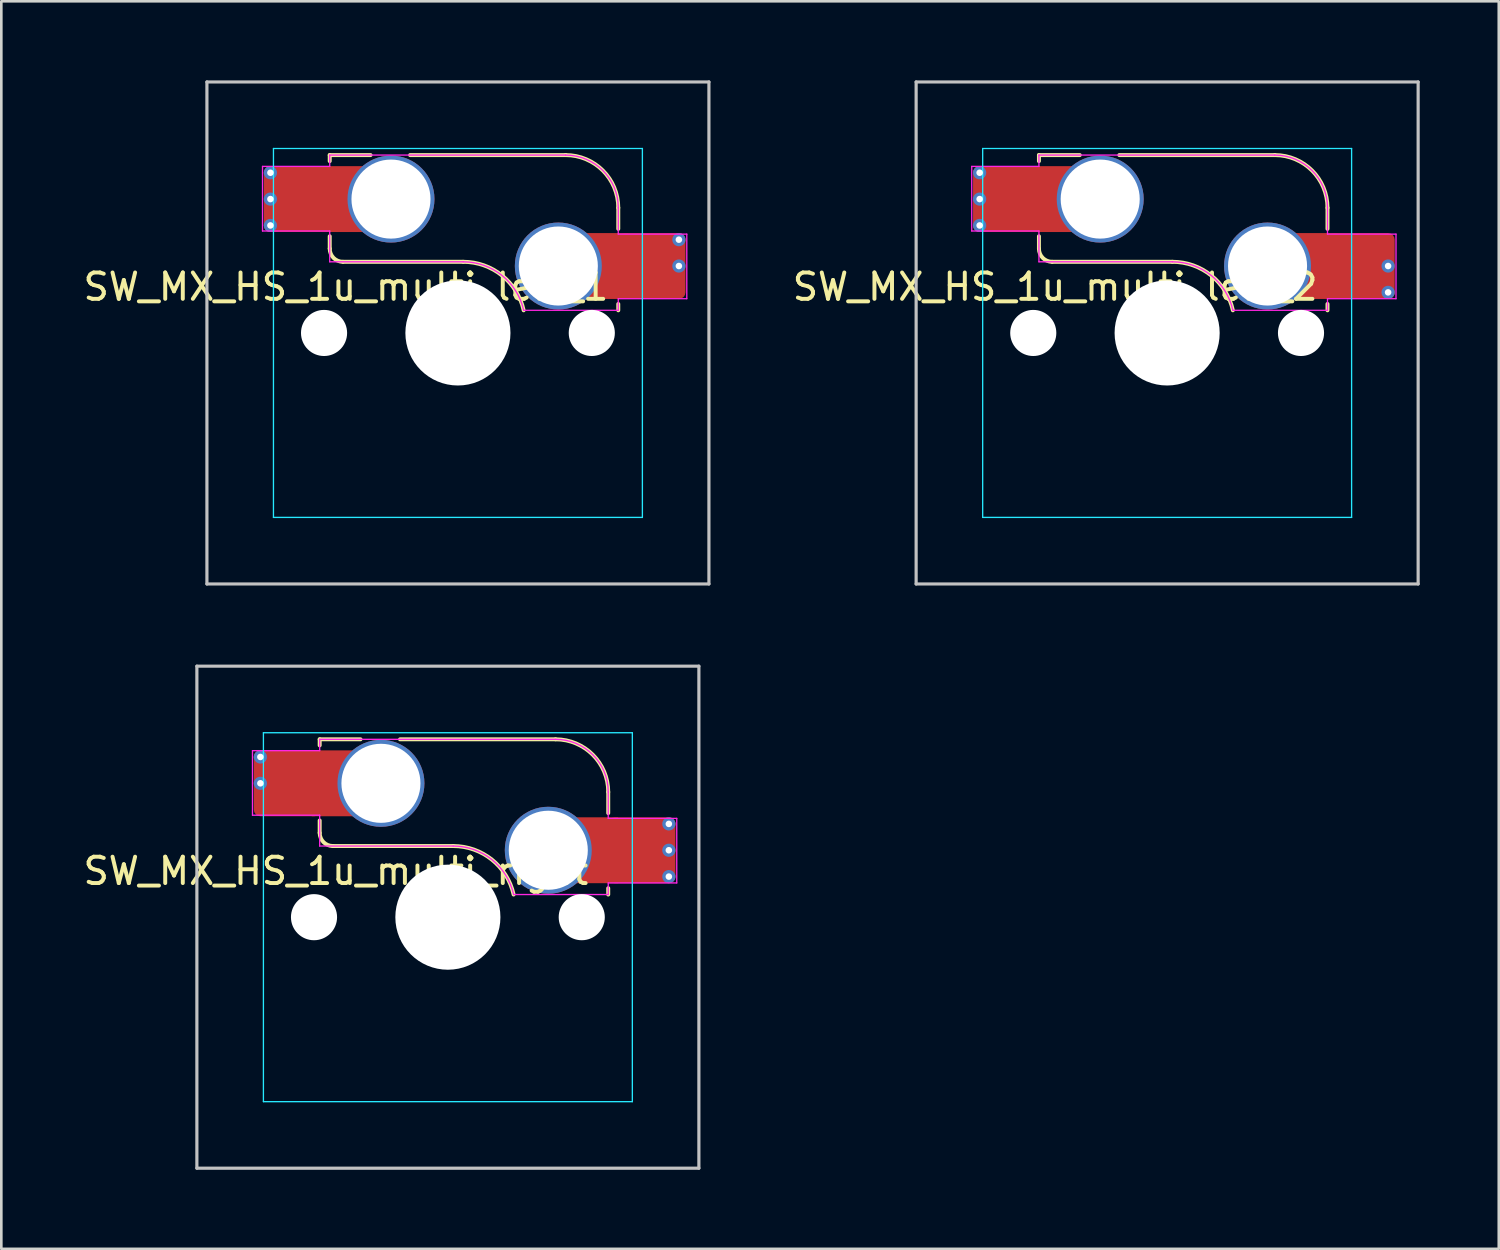
<source format=kicad_pcb>
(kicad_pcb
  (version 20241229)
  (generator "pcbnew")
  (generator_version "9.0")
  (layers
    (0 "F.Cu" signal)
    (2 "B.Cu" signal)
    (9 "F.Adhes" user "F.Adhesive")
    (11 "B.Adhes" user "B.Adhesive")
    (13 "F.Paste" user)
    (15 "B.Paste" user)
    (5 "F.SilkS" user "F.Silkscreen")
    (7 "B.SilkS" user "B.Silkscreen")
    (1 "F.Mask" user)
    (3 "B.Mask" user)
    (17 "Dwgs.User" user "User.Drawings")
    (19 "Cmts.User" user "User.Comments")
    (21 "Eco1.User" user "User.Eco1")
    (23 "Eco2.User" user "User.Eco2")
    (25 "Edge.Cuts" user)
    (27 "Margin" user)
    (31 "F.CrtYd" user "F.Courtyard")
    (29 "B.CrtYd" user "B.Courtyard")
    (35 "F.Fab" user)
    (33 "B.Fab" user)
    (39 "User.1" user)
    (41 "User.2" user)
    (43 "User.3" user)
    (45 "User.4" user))
  (footprint "SW_MX_HS_1u_multi_left_2"
    (layer "F.Cu")
    (at 41.24 9.585)
    (property "Reference" "SW_MX_HS_1u_multi_left_2" (at -4.25 -1.75 0) (layer "F.SilkS") (effects (font (size 1 1) (thickness 0.15))))
    (attr smd)
    (fp_line (start -4.865 -6.75) (end -4.865 -6.52) (stroke (width 0.15) (type solid)) (layer "F.SilkS"))
    (fp_line (start -4.865 -3.67) (end -4.865 -3.2) (stroke (width 0.15) (type solid)) (layer "F.SilkS"))
    (fp_line (start -4.365 -2.7) (end 0.2 -2.7) (stroke (width 0.15) (type solid)) (layer "F.SilkS"))
    (fp_line (start -3.315 -6.75) (end -4.865 -6.75) (stroke (width 0.15) (type solid)) (layer "F.SilkS"))
    (fp_line (start 4.085 -6.75) (end -1.815 -6.75) (stroke (width 0.15) (type solid)) (layer "F.SilkS"))
    (fp_line (start 6.085 -3.95) (end 6.085 -4.75) (stroke (width 0.15) (type solid)) (layer "F.SilkS"))
    (fp_line (start 6.085 -1.1) (end 6.085 -0.86) (stroke (width 0.15) (type solid)) (layer "F.SilkS"))
    (fp_arc (start -4.364824 -2.70022) (mid -4.718377 -2.846667) (end -4.864824 -3.20022) (stroke (width 0.15) (type solid)) (layer "F.SilkS"))
    (fp_arc (start 0.2 -2.70022) (mid 1.670693 -2.183637) (end 2.494322 -0.86022) (stroke (width 0.15) (type solid)) (layer "F.SilkS"))
    (fp_arc (start 4.085176 -6.75022) (mid 5.49939 -6.164434) (end 6.085176 -4.75022) (stroke (width 0.15) (type solid)) (layer "F.SilkS"))
    (fp_line (start -9.525 -9.525) (end 9.525 -9.525) (stroke (width 0.12) (type solid)) (layer "Dwgs.User"))
    (fp_line (start -9.525 9.525) (end -9.525 -9.525) (stroke (width 0.12) (type solid)) (layer "Dwgs.User"))
    (fp_line (start 9.525 -9.525) (end 9.525 9.525) (stroke (width 0.12) (type solid)) (layer "Dwgs.User"))
    (fp_line (start 9.525 9.525) (end -9.525 9.525) (stroke (width 0.12) (type solid)) (layer "Dwgs.User"))
    (fp_line (start -7 -6.5) (end -7 6.5) (stroke (width 0.05) (type solid)) (layer "Eco2.User"))
    (fp_line (start -6.5 7) (end 6.5 7) (stroke (width 0.05) (type solid)) (layer "Eco2.User"))
    (fp_line (start 6.5 -7) (end -6.5 -7) (stroke (width 0.05) (type solid)) (layer "Eco2.User"))
    (fp_line (start 7 6.5) (end 7 -6.5) (stroke (width 0.05) (type solid)) (layer "Eco2.User"))
    (fp_arc (start -7 -6.5) (mid -6.853553 -6.853553) (end -6.5 -7) (stroke (width 0.05) (type solid)) (layer "Eco2.User"))
    (fp_arc (start -6.497236 6.998884) (mid -6.850789 6.852437) (end -6.997236 6.498884) (stroke (width 0.05) (type solid)) (layer "Eco2.User"))
    (fp_arc (start 6.5 -7) (mid 6.853553 -6.853553) (end 7 -6.5) (stroke (width 0.05) (type solid)) (layer "Eco2.User"))
    (fp_arc (start 7 6.5) (mid 6.853553 6.853553) (end 6.5 7) (stroke (width 0.05) (type solid)) (layer "Eco2.User"))
    (fp_line (start -7 -7) (end 7 -7) (stroke (width 0.05) (type solid)) (layer "B.CrtYd"))
    (fp_line (start -7 7) (end -7 -7) (stroke (width 0.05) (type solid)) (layer "B.CrtYd"))
    (fp_line (start 7 -7) (end 7 7) (stroke (width 0.05) (type solid)) (layer "B.CrtYd"))
    (fp_line (start 7 7) (end -7 7) (stroke (width 0.05) (type solid)) (layer "B.CrtYd"))
    (fp_line (start -7.415 -6.32) (end -4.865 -6.32) (stroke (width 0.05) (type solid)) (layer "F.CrtYd"))
    (fp_line (start -7.415 -3.87) (end -7.415 -6.32) (stroke (width 0.05) (type solid)) (layer "F.CrtYd"))
    (fp_line (start -4.865 -6.75) (end -4.865 -6.32) (stroke (width 0.05) (type solid)) (layer "F.CrtYd"))
    (fp_line (start -4.865 -3.87) (end -7.415 -3.87) (stroke (width 0.05) (type solid)) (layer "F.CrtYd"))
    (fp_line (start -4.865 -3.87) (end -4.865 -2.7) (stroke (width 0.05) (type solid)) (layer "F.CrtYd"))
    (fp_line (start -4.865 -2.7) (end 0.2 -2.7) (stroke (width 0.05) (type solid)) (layer "F.CrtYd"))
    (fp_line (start 4.085 -6.75) (end -4.865 -6.75) (stroke (width 0.05) (type solid)) (layer "F.CrtYd"))
    (fp_line (start 6.085 -3.75) (end 6.085 -4.75) (stroke (width 0.05) (type solid)) (layer "F.CrtYd"))
    (fp_line (start 6.085 -3.75) (end 8.685 -3.75) (stroke (width 0.05) (type solid)) (layer "F.CrtYd"))
    (fp_line (start 6.085 -1.3) (end 6.085 -0.86) (stroke (width 0.05) (type solid)) (layer "F.CrtYd"))
    (fp_line (start 6.085 -0.86) (end 2.494 -0.86) (stroke (width 0.05) (type solid)) (layer "F.CrtYd"))
    (fp_line (start 8.685 -3.75) (end 8.685 -1.3) (stroke (width 0.05) (type solid)) (layer "F.CrtYd"))
    (fp_line (start 8.685 -1.3) (end 6.085 -1.3) (stroke (width 0.05) (type solid)) (layer "F.CrtYd"))
    (fp_arc (start 0.2 -2.70022) (mid 1.670503 -2.183399) (end 2.494322 -0.86022) (stroke (width 0.05) (type solid)) (layer "F.CrtYd"))
    (fp_arc (start 4.085176 -6.75022) (mid 5.49939 -6.164434) (end 6.085176 -4.75022) (stroke (width 0.05) (type solid)) (layer "F.CrtYd"))
    (pad "" np_thru_hole circle (at -5.08 0) (size 1.75 1.75) (drill 1.75) (layers "*.Cu" "*.Mask"))
    (pad "" np_thru_hole circle (at 0 0) (size 3.988 3.988) (drill 3.988) (layers "*.Cu" "*.Mask"))
    (pad "" np_thru_hole circle (at 5.08 0) (size 1.75 1.75) (drill 1.75) (layers "*.Cu" "*.Mask"))
    (pad "1" thru_hole circle (at 3.81 -2.54) (size 3.3 3.3) (drill 3) (layers "*.Cu" "*.Mask"))
    (pad "1" smd rect (at 5.635 -2.54 180) (size 1.65 2.5) (layers "F.Cu"))
    (pad "1" smd roundrect (at 7.36 -2.54) (size 2.55 2.5) (layers "F.Cu" "F.Mask" "F.Paste") (roundrect_rratio 0.1))
    (pad "1" thru_hole circle (at 8.385 -2.54) (size 0.5 0.5) (drill 0.25) (layers "*.Cu"))
    (pad "1" thru_hole circle (at 8.385 -1.54) (size 0.5 0.5) (drill 0.25) (layers "*.Cu"))
    (pad "2" thru_hole circle (at -7.115 -6.08) (size 0.5 0.5) (drill 0.25) (layers "*.Cu"))
    (pad "2" thru_hole circle (at -7.115 -5.08) (size 0.5 0.5) (drill 0.25) (layers "*.Cu"))
    (pad "2" thru_hole circle (at -7.115 -4.08) (size 0.5 0.5) (drill 0.25) (layers "*.Cu"))
    (pad "2" smd roundrect (at -6.09 -5.08) (size 2.55 2.5) (layers "F.Cu" "F.Mask" "F.Paste") (roundrect_rratio 0.1))
    (pad "2" smd rect (at -4.34 -5.08) (size 1.65 2.5) (layers "F.Cu"))
    (pad "2" thru_hole circle (at -2.54 -5.08) (size 3.3 3.3) (drill 3) (layers "*.Cu" "*.Mask")))
  (footprint "SW_MX_HS_1u_multi_right"
    (layer "F.Cu")
    (at 13.946 31.755)
    (property "Reference" "SW_MX_HS_1u_multi_right" (at -4.25 -1.75 0) (layer "F.SilkS") (effects (font (size 1 1) (thickness 0.15))))
    (attr smd)
    (fp_line (start -4.865 -6.75) (end -4.865 -6.52) (stroke (width 0.15) (type solid)) (layer "F.SilkS"))
    (fp_line (start -4.865 -3.67) (end -4.865 -3.2) (stroke (width 0.15) (type solid)) (layer "F.SilkS"))
    (fp_line (start -4.365 -2.7) (end 0.2 -2.7) (stroke (width 0.15) (type solid)) (layer "F.SilkS"))
    (fp_line (start -3.315 -6.75) (end -4.865 -6.75) (stroke (width 0.15) (type solid)) (layer "F.SilkS"))
    (fp_line (start 4.085 -6.75) (end -1.815 -6.75) (stroke (width 0.15) (type solid)) (layer "F.SilkS"))
    (fp_line (start 6.085 -3.95) (end 6.085 -4.75) (stroke (width 0.15) (type solid)) (layer "F.SilkS"))
    (fp_line (start 6.085 -1.1) (end 6.085 -0.86) (stroke (width 0.15) (type solid)) (layer "F.SilkS"))
    (fp_arc (start -4.364824 -2.70022) (mid -4.718377 -2.846667) (end -4.864824 -3.20022) (stroke (width 0.15) (type solid)) (layer "F.SilkS"))
    (fp_arc (start 0.2 -2.70022) (mid 1.670693 -2.183637) (end 2.494322 -0.86022) (stroke (width 0.15) (type solid)) (layer "F.SilkS"))
    (fp_arc (start 4.085176 -6.75022) (mid 5.49939 -6.164434) (end 6.085176 -4.75022) (stroke (width 0.15) (type solid)) (layer "F.SilkS"))
    (fp_line (start -9.525 -9.525) (end 9.525 -9.525) (stroke (width 0.12) (type solid)) (layer "Dwgs.User"))
    (fp_line (start -9.525 9.525) (end -9.525 -9.525) (stroke (width 0.12) (type solid)) (layer "Dwgs.User"))
    (fp_line (start 9.525 -9.525) (end 9.525 9.525) (stroke (width 0.12) (type solid)) (layer "Dwgs.User"))
    (fp_line (start 9.525 9.525) (end -9.525 9.525) (stroke (width 0.12) (type solid)) (layer "Dwgs.User"))
    (fp_line (start -7 -6.5) (end -7 6.5) (stroke (width 0.05) (type solid)) (layer "Eco2.User"))
    (fp_line (start -6.5 7) (end 6.5 7) (stroke (width 0.05) (type solid)) (layer "Eco2.User"))
    (fp_line (start 6.5 -7) (end -6.5 -7) (stroke (width 0.05) (type solid)) (layer "Eco2.User"))
    (fp_line (start 7 6.5) (end 7 -6.5) (stroke (width 0.05) (type solid)) (layer "Eco2.User"))
    (fp_arc (start -7 -6.5) (mid -6.853553 -6.853553) (end -6.5 -7) (stroke (width 0.05) (type solid)) (layer "Eco2.User"))
    (fp_arc (start -6.497236 6.998884) (mid -6.850789 6.852437) (end -6.997236 6.498884) (stroke (width 0.05) (type solid)) (layer "Eco2.User"))
    (fp_arc (start 6.5 -7) (mid 6.853553 -6.853553) (end 7 -6.5) (stroke (width 0.05) (type solid)) (layer "Eco2.User"))
    (fp_arc (start 7 6.5) (mid 6.853553 6.853553) (end 6.5 7) (stroke (width 0.05) (type solid)) (layer "Eco2.User"))
    (fp_line (start -7 -7) (end 7 -7) (stroke (width 0.05) (type solid)) (layer "B.CrtYd"))
    (fp_line (start -7 7) (end -7 -7) (stroke (width 0.05) (type solid)) (layer "B.CrtYd"))
    (fp_line (start 7 -7) (end 7 7) (stroke (width 0.05) (type solid)) (layer "B.CrtYd"))
    (fp_line (start 7 7) (end -7 7) (stroke (width 0.05) (type solid)) (layer "B.CrtYd"))
    (fp_line (start -7.415 -6.32) (end -4.865 -6.32) (stroke (width 0.05) (type solid)) (layer "F.CrtYd"))
    (fp_line (start -7.415 -3.87) (end -7.415 -6.32) (stroke (width 0.05) (type solid)) (layer "F.CrtYd"))
    (fp_line (start -4.865 -6.75) (end -4.865 -6.32) (stroke (width 0.05) (type solid)) (layer "F.CrtYd"))
    (fp_line (start -4.865 -3.87) (end -7.415 -3.87) (stroke (width 0.05) (type solid)) (layer "F.CrtYd"))
    (fp_line (start -4.865 -3.87) (end -4.865 -2.7) (stroke (width 0.05) (type solid)) (layer "F.CrtYd"))
    (fp_line (start -4.865 -2.7) (end 0.2 -2.7) (stroke (width 0.05) (type solid)) (layer "F.CrtYd"))
    (fp_line (start 4.085 -6.75) (end -4.865 -6.75) (stroke (width 0.05) (type solid)) (layer "F.CrtYd"))
    (fp_line (start 6.085 -3.75) (end 6.085 -4.75) (stroke (width 0.05) (type solid)) (layer "F.CrtYd"))
    (fp_line (start 6.085 -3.75) (end 8.685 -3.75) (stroke (width 0.05) (type solid)) (layer "F.CrtYd"))
    (fp_line (start 6.085 -1.3) (end 6.085 -0.86) (stroke (width 0.05) (type solid)) (layer "F.CrtYd"))
    (fp_line (start 6.085 -0.86) (end 2.494 -0.86) (stroke (width 0.05) (type solid)) (layer "F.CrtYd"))
    (fp_line (start 8.685 -3.75) (end 8.685 -1.3) (stroke (width 0.05) (type solid)) (layer "F.CrtYd"))
    (fp_line (start 8.685 -1.3) (end 6.085 -1.3) (stroke (width 0.05) (type solid)) (layer "F.CrtYd"))
    (fp_arc (start 0.2 -2.70022) (mid 1.670503 -2.183399) (end 2.494322 -0.86022) (stroke (width 0.05) (type solid)) (layer "F.CrtYd"))
    (fp_arc (start 4.085176 -6.75022) (mid 5.49939 -6.164434) (end 6.085176 -4.75022) (stroke (width 0.05) (type solid)) (layer "F.CrtYd"))
    (pad "" np_thru_hole circle (at -5.08 0) (size 1.75 1.75) (drill 1.75) (layers "*.Cu" "*.Mask"))
    (pad "" np_thru_hole circle (at 0 0) (size 3.988 3.988) (drill 3.988) (layers "*.Cu" "*.Mask"))
    (pad "" np_thru_hole circle (at 5.08 0) (size 1.75 1.75) (drill 1.75) (layers "*.Cu" "*.Mask"))
    (pad "1" thru_hole circle (at 3.81 -2.54) (size 3.3 3.3) (drill 3) (layers "*.Cu" "*.Mask"))
    (pad "1" smd rect (at 5.635 -2.54 180) (size 1.65 2.5) (layers "F.Cu"))
    (pad "1" smd roundrect (at 7.36 -2.54) (size 2.55 2.5) (layers "F.Cu" "F.Mask" "F.Paste") (roundrect_rratio 0.1))
    (pad "1" thru_hole circle (at 8.385 -3.54) (size 0.5 0.5) (drill 0.25) (layers "*.Cu"))
    (pad "1" thru_hole circle (at 8.385 -2.54) (size 0.5 0.5) (drill 0.25) (layers "*.Cu"))
    (pad "1" thru_hole circle (at 8.385 -1.54) (size 0.5 0.5) (drill 0.25) (layers "*.Cu"))
    (pad "2" thru_hole circle (at -7.115 -6.08) (size 0.5 0.5) (drill 0.25) (layers "*.Cu"))
    (pad "2" thru_hole circle (at -7.115 -5.08) (size 0.5 0.5) (drill 0.25) (layers "*.Cu"))
    (pad "2" smd roundrect (at -6.09 -5.08) (size 2.55 2.5) (layers "F.Cu" "F.Mask" "F.Paste") (roundrect_rratio 0.1))
    (pad "2" smd rect (at -4.34 -5.08) (size 1.65 2.5) (layers "F.Cu"))
    (pad "2" thru_hole circle (at -2.54 -5.08) (size 3.3 3.3) (drill 3) (layers "*.Cu" "*.Mask")))
  (footprint "SW_MX_HS_1u_multi_left_1"
    (layer "F.Cu")
    (at 14.327 9.585)
    (property "Reference" "SW_MX_HS_1u_multi_left_1" (at -4.25 -1.75 0) (layer "F.SilkS") (effects (font (size 1 1) (thickness 0.15))))
    (attr smd)
    (fp_line (start -4.865 -6.75) (end -4.865 -6.52) (stroke (width 0.15) (type solid)) (layer "F.SilkS"))
    (fp_line (start -4.865 -3.67) (end -4.865 -3.2) (stroke (width 0.15) (type solid)) (layer "F.SilkS"))
    (fp_line (start -4.365 -2.7) (end 0.2 -2.7) (stroke (width 0.15) (type solid)) (layer "F.SilkS"))
    (fp_line (start -3.315 -6.75) (end -4.865 -6.75) (stroke (width 0.15) (type solid)) (layer "F.SilkS"))
    (fp_line (start 4.085 -6.75) (end -1.815 -6.75) (stroke (width 0.15) (type solid)) (layer "F.SilkS"))
    (fp_line (start 6.085 -3.95) (end 6.085 -4.75) (stroke (width 0.15) (type solid)) (layer "F.SilkS"))
    (fp_line (start 6.085 -1.1) (end 6.085 -0.86) (stroke (width 0.15) (type solid)) (layer "F.SilkS"))
    (fp_arc (start -4.364824 -2.70022) (mid -4.718377 -2.846667) (end -4.864824 -3.20022) (stroke (width 0.15) (type solid)) (layer "F.SilkS"))
    (fp_arc (start 0.2 -2.70022) (mid 1.670693 -2.183637) (end 2.494322 -0.86022) (stroke (width 0.15) (type solid)) (layer "F.SilkS"))
    (fp_arc (start 4.085176 -6.75022) (mid 5.49939 -6.164434) (end 6.085176 -4.75022) (stroke (width 0.15) (type solid)) (layer "F.SilkS"))
    (fp_line (start -9.525 -9.525) (end 9.525 -9.525) (stroke (width 0.12) (type solid)) (layer "Dwgs.User"))
    (fp_line (start -9.525 9.525) (end -9.525 -9.525) (stroke (width 0.12) (type solid)) (layer "Dwgs.User"))
    (fp_line (start 9.525 -9.525) (end 9.525 9.525) (stroke (width 0.12) (type solid)) (layer "Dwgs.User"))
    (fp_line (start 9.525 9.525) (end -9.525 9.525) (stroke (width 0.12) (type solid)) (layer "Dwgs.User"))
    (fp_line (start -7 -6.5) (end -7 6.5) (stroke (width 0.05) (type solid)) (layer "Eco2.User"))
    (fp_line (start -6.5 7) (end 6.5 7) (stroke (width 0.05) (type solid)) (layer "Eco2.User"))
    (fp_line (start 6.5 -7) (end -6.5 -7) (stroke (width 0.05) (type solid)) (layer "Eco2.User"))
    (fp_line (start 7 6.5) (end 7 -6.5) (stroke (width 0.05) (type solid)) (layer "Eco2.User"))
    (fp_arc (start -7 -6.5) (mid -6.853553 -6.853553) (end -6.5 -7) (stroke (width 0.05) (type solid)) (layer "Eco2.User"))
    (fp_arc (start -6.497236 6.998884) (mid -6.850789 6.852437) (end -6.997236 6.498884) (stroke (width 0.05) (type solid)) (layer "Eco2.User"))
    (fp_arc (start 6.5 -7) (mid 6.853553 -6.853553) (end 7 -6.5) (stroke (width 0.05) (type solid)) (layer "Eco2.User"))
    (fp_arc (start 7 6.5) (mid 6.853553 6.853553) (end 6.5 7) (stroke (width 0.05) (type solid)) (layer "Eco2.User"))
    (fp_line (start -7 -7) (end 7 -7) (stroke (width 0.05) (type solid)) (layer "B.CrtYd"))
    (fp_line (start -7 7) (end -7 -7) (stroke (width 0.05) (type solid)) (layer "B.CrtYd"))
    (fp_line (start 7 -7) (end 7 7) (stroke (width 0.05) (type solid)) (layer "B.CrtYd"))
    (fp_line (start 7 7) (end -7 7) (stroke (width 0.05) (type solid)) (layer "B.CrtYd"))
    (fp_line (start -7.415 -6.32) (end -4.865 -6.32) (stroke (width 0.05) (type solid)) (layer "F.CrtYd"))
    (fp_line (start -7.415 -3.87) (end -7.415 -6.32) (stroke (width 0.05) (type solid)) (layer "F.CrtYd"))
    (fp_line (start -4.865 -6.75) (end -4.865 -6.32) (stroke (width 0.05) (type solid)) (layer "F.CrtYd"))
    (fp_line (start -4.865 -3.87) (end -7.415 -3.87) (stroke (width 0.05) (type solid)) (layer "F.CrtYd"))
    (fp_line (start -4.865 -3.87) (end -4.865 -2.7) (stroke (width 0.05) (type solid)) (layer "F.CrtYd"))
    (fp_line (start -4.865 -2.7) (end 0.2 -2.7) (stroke (width 0.05) (type solid)) (layer "F.CrtYd"))
    (fp_line (start 4.085 -6.75) (end -4.865 -6.75) (stroke (width 0.05) (type solid)) (layer "F.CrtYd"))
    (fp_line (start 6.085 -3.75) (end 6.085 -4.75) (stroke (width 0.05) (type solid)) (layer "F.CrtYd"))
    (fp_line (start 6.085 -3.75) (end 8.685 -3.75) (stroke (width 0.05) (type solid)) (layer "F.CrtYd"))
    (fp_line (start 6.085 -1.3) (end 6.085 -0.86) (stroke (width 0.05) (type solid)) (layer "F.CrtYd"))
    (fp_line (start 6.085 -0.86) (end 2.494 -0.86) (stroke (width 0.05) (type solid)) (layer "F.CrtYd"))
    (fp_line (start 8.685 -3.75) (end 8.685 -1.3) (stroke (width 0.05) (type solid)) (layer "F.CrtYd"))
    (fp_line (start 8.685 -1.3) (end 6.085 -1.3) (stroke (width 0.05) (type solid)) (layer "F.CrtYd"))
    (fp_arc (start 0.2 -2.70022) (mid 1.670503 -2.183399) (end 2.494322 -0.86022) (stroke (width 0.05) (type solid)) (layer "F.CrtYd"))
    (fp_arc (start 4.085176 -6.75022) (mid 5.49939 -6.164434) (end 6.085176 -4.75022) (stroke (width 0.05) (type solid)) (layer "F.CrtYd"))
    (pad "" np_thru_hole circle (at -5.08 0) (size 1.75 1.75) (drill 1.75) (layers "*.Cu" "*.Mask"))
    (pad "" np_thru_hole circle (at 0 0) (size 3.988 3.988) (drill 3.988) (layers "*.Cu" "*.Mask"))
    (pad "" np_thru_hole circle (at 5.08 0) (size 1.75 1.75) (drill 1.75) (layers "*.Cu" "*.Mask"))
    (pad "1" thru_hole circle (at 3.81 -2.54) (size 3.3 3.3) (drill 3) (layers "*.Cu" "*.Mask"))
    (pad "1" smd rect (at 5.635 -2.54 180) (size 1.65 2.5) (layers "F.Cu"))
    (pad "1" smd roundrect (at 7.36 -2.54) (size 2.55 2.5) (layers "F.Cu" "F.Mask" "F.Paste") (roundrect_rratio 0.1))
    (pad "1" thru_hole circle (at 8.385 -3.54) (size 0.5 0.5) (drill 0.25) (layers "*.Cu"))
    (pad "1" thru_hole circle (at 8.385 -2.54) (size 0.5 0.5) (drill 0.25) (layers "*.Cu"))
    (pad "2" thru_hole circle (at -7.115 -6.08) (size 0.5 0.5) (drill 0.25) (layers "*.Cu"))
    (pad "2" thru_hole circle (at -7.115 -5.08) (size 0.5 0.5) (drill 0.25) (layers "*.Cu"))
    (pad "2" thru_hole circle (at -7.115 -4.08) (size 0.5 0.5) (drill 0.25) (layers "*.Cu"))
    (pad "2" smd roundrect (at -6.09 -5.08) (size 2.55 2.5) (layers "F.Cu" "F.Mask" "F.Paste") (roundrect_rratio 0.1))
    (pad "2" smd rect (at -4.34 -5.08) (size 1.65 2.5) (layers "F.Cu"))
    (pad "2" thru_hole circle (at -2.54 -5.08) (size 3.3 3.3) (drill 3) (layers "*.Cu" "*.Mask")))
  (gr_rect
    (start -3 -3)
    (end 53.825 44.34)
    (stroke (width 0.1) (type default))
    (fill no)
    (layer "Edge.Cuts")))
</source>
